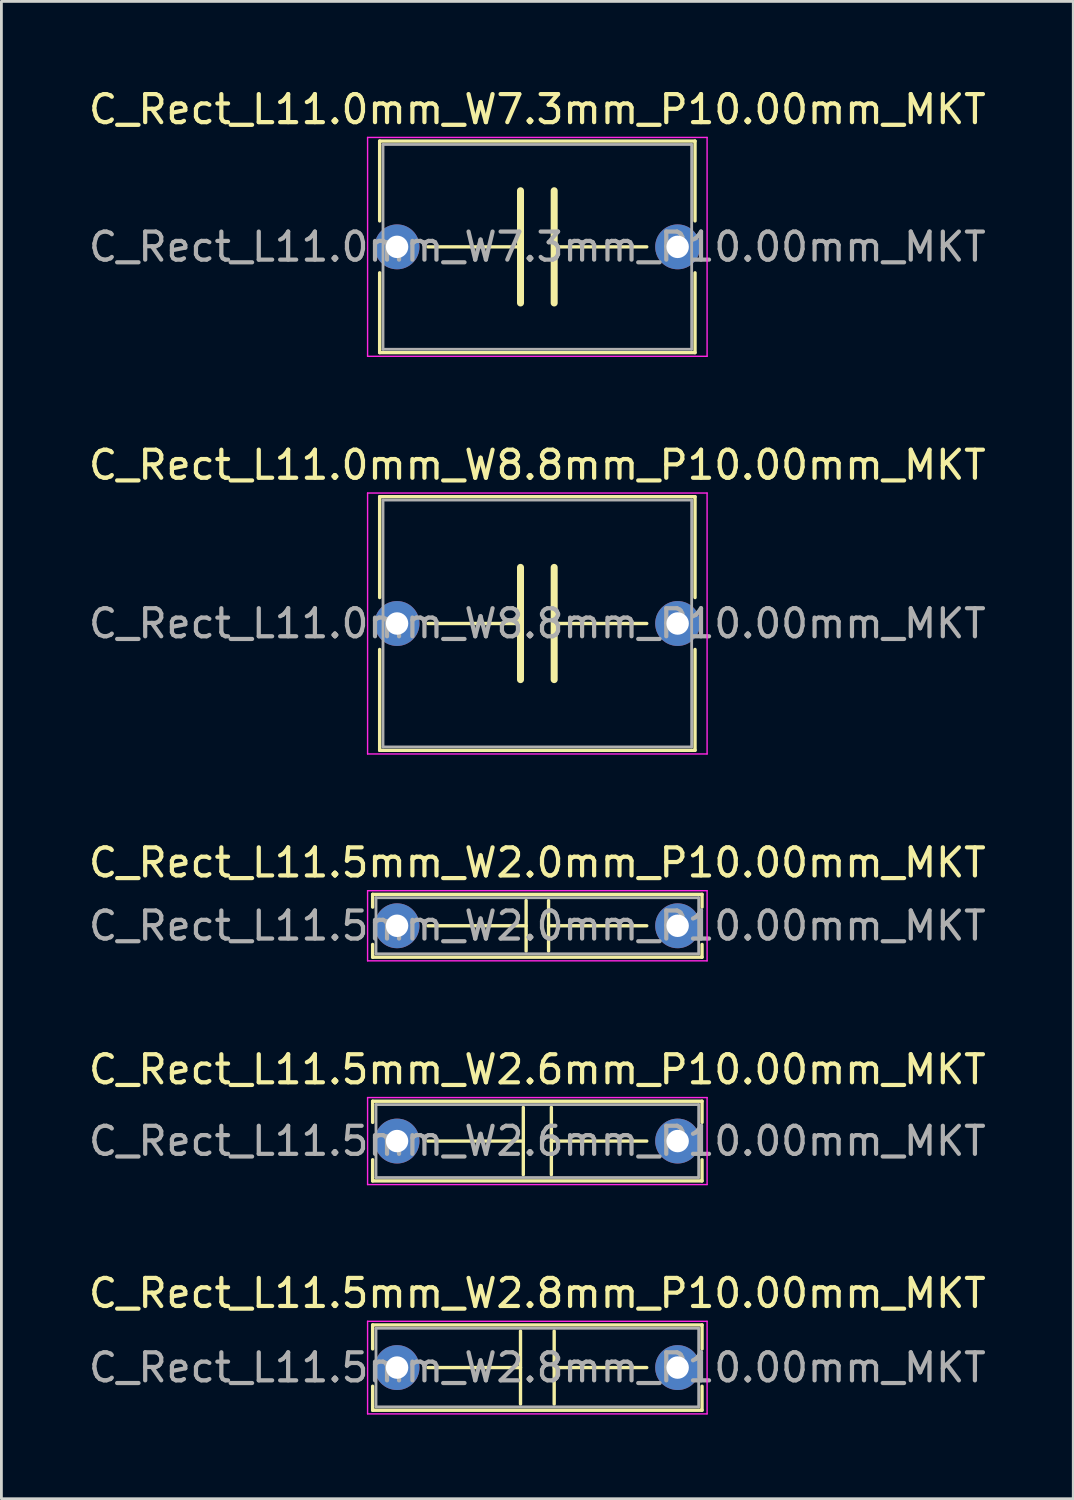
<source format=kicad_pcb>
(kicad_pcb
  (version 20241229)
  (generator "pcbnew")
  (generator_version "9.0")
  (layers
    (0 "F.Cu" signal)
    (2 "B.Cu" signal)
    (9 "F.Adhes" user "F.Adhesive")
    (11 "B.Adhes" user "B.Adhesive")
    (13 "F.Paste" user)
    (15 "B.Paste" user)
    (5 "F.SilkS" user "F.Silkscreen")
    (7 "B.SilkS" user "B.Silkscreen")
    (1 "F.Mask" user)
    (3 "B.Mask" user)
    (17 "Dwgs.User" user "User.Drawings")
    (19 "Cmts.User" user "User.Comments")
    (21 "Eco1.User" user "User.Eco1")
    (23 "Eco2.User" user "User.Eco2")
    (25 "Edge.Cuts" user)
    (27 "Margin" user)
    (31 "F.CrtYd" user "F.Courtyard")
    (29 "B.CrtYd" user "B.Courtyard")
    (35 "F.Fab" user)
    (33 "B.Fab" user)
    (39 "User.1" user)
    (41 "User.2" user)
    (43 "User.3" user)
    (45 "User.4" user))
  (footprint "C_Rect_L11.0mm_W7.3mm_P10.00mm_MKT"
    (layer "F.Cu")
    (at 11.101 5.748)
    (property "Reference" "C_Rect_L11.0mm_W7.3mm_P10.00mm_MKT" (at 5 -4.9 0) (layer "F.SilkS") (effects (font (size 1 1) (thickness 0.15))))
    (attr through_hole)
    (fp_line (start -0.62 -3.77) (end -0.62 -0.925) (stroke (width 0.12) (type solid)) (layer "F.SilkS"))
    (fp_line (start -0.62 -3.77) (end 10.62 -3.77) (stroke (width 0.12) (type solid)) (layer "F.SilkS"))
    (fp_line (start -0.62 0.925) (end -0.62 3.77) (stroke (width 0.12) (type solid)) (layer "F.SilkS"))
    (fp_line (start -0.62 3.77) (end 10.62 3.77) (stroke (width 0.12) (type solid)) (layer "F.SilkS"))
    (fp_line (start 1.1 0) (end 4.4 0) (stroke (width 0.12) (type solid)) (layer "F.SilkS"))
    (fp_line (start 4.4 2) (end 4.4 -2) (stroke (width 0.25) (type solid)) (layer "F.SilkS"))
    (fp_line (start 5.6 2) (end 5.6 -2) (stroke (width 0.25) (type solid)) (layer "F.SilkS"))
    (fp_line (start 8.9 0) (end 5.6 0) (stroke (width 0.12) (type solid)) (layer "F.SilkS"))
    (fp_line (start 10.62 -3.77) (end 10.62 -0.925) (stroke (width 0.12) (type solid)) (layer "F.SilkS"))
    (fp_line (start 10.62 0.925) (end 10.62 3.77) (stroke (width 0.12) (type solid)) (layer "F.SilkS"))
    (fp_line (start -1.05 -3.9) (end -1.05 3.9) (stroke (width 0.05) (type solid)) (layer "F.CrtYd"))
    (fp_line (start -1.05 3.9) (end 11.05 3.9) (stroke (width 0.05) (type solid)) (layer "F.CrtYd"))
    (fp_line (start 11.05 -3.9) (end -1.05 -3.9) (stroke (width 0.05) (type solid)) (layer "F.CrtYd"))
    (fp_line (start 11.05 3.9) (end 11.05 -3.9) (stroke (width 0.05) (type solid)) (layer "F.CrtYd"))
    (fp_line (start -0.5 -3.65) (end -0.5 3.65) (stroke (width 0.1) (type solid)) (layer "F.Fab"))
    (fp_line (start -0.5 3.65) (end 10.5 3.65) (stroke (width 0.1) (type solid)) (layer "F.Fab"))
    (fp_line (start 10.5 -3.65) (end -0.5 -3.65) (stroke (width 0.1) (type solid)) (layer "F.Fab"))
    (fp_line (start 10.5 3.65) (end 10.5 -3.65) (stroke (width 0.1) (type solid)) (layer "F.Fab"))
    (fp_text user "${REFERENCE}" (at 5 0 0) (layer "F.Fab") (effects (font (size 1 1) (thickness 0.15))))
    (pad "1" thru_hole circle (at 0 0) (size 1.6 1.6) (drill 0.8) (layers "*.Cu" "*.Mask"))
    (pad "2" thru_hole circle (at 10 0) (size 1.6 1.6) (drill 0.8) (layers "*.Cu" "*.Mask")))
  (footprint "C_Rect_L11.0mm_W8.8mm_P10.00mm_MKT"
    (layer "F.Cu")
    (at 11.101 19.172)
    (property "Reference" "C_Rect_L11.0mm_W8.8mm_P10.00mm_MKT" (at 5 -5.65 0) (layer "F.SilkS") (effects (font (size 1 1) (thickness 0.15))))
    (attr through_hole)
    (fp_line (start -0.62 -4.52) (end -0.62 -0.925) (stroke (width 0.12) (type solid)) (layer "F.SilkS"))
    (fp_line (start -0.62 -4.52) (end 10.62 -4.52) (stroke (width 0.12) (type solid)) (layer "F.SilkS"))
    (fp_line (start -0.62 0.925) (end -0.62 4.52) (stroke (width 0.12) (type solid)) (layer "F.SilkS"))
    (fp_line (start -0.62 4.52) (end 10.62 4.52) (stroke (width 0.12) (type solid)) (layer "F.SilkS"))
    (fp_line (start 1.1 0) (end 4.4 0) (stroke (width 0.12) (type solid)) (layer "F.SilkS"))
    (fp_line (start 4.4 2) (end 4.4 -2) (stroke (width 0.25) (type solid)) (layer "F.SilkS"))
    (fp_line (start 5.6 2) (end 5.6 -2) (stroke (width 0.25) (type solid)) (layer "F.SilkS"))
    (fp_line (start 8.9 0) (end 5.6 0) (stroke (width 0.12) (type solid)) (layer "F.SilkS"))
    (fp_line (start 10.62 -4.52) (end 10.62 -0.925) (stroke (width 0.12) (type solid)) (layer "F.SilkS"))
    (fp_line (start 10.62 0.925) (end 10.62 4.52) (stroke (width 0.12) (type solid)) (layer "F.SilkS"))
    (fp_line (start -1.05 -4.65) (end -1.05 4.65) (stroke (width 0.05) (type solid)) (layer "F.CrtYd"))
    (fp_line (start -1.05 4.65) (end 11.05 4.65) (stroke (width 0.05) (type solid)) (layer "F.CrtYd"))
    (fp_line (start 11.05 -4.65) (end -1.05 -4.65) (stroke (width 0.05) (type solid)) (layer "F.CrtYd"))
    (fp_line (start 11.05 4.65) (end 11.05 -4.65) (stroke (width 0.05) (type solid)) (layer "F.CrtYd"))
    (fp_line (start -0.5 -4.4) (end -0.5 4.4) (stroke (width 0.1) (type solid)) (layer "F.Fab"))
    (fp_line (start -0.5 4.4) (end 10.5 4.4) (stroke (width 0.1) (type solid)) (layer "F.Fab"))
    (fp_line (start 10.5 -4.4) (end -0.5 -4.4) (stroke (width 0.1) (type solid)) (layer "F.Fab"))
    (fp_line (start 10.5 4.4) (end 10.5 -4.4) (stroke (width 0.1) (type solid)) (layer "F.Fab"))
    (fp_text user "${REFERENCE}" (at 5 0 0) (layer "F.Fab") (effects (font (size 1 1) (thickness 0.15))))
    (pad "1" thru_hole circle (at 0 0) (size 1.6 1.6) (drill 0.8) (layers "*.Cu" "*.Mask"))
    (pad "2" thru_hole circle (at 10 0) (size 1.6 1.6) (drill 0.8) (layers "*.Cu" "*.Mask")))
  (footprint "C_Rect_L11.5mm_W2.8mm_P10.00mm_MKT"
    (layer "F.Cu")
    (at 11.101 45.691)
    (property "Reference" "C_Rect_L11.5mm_W2.8mm_P10.00mm_MKT" (at 5 -2.65 0) (layer "F.SilkS") (effects (font (size 1 1) (thickness 0.15))))
    (attr through_hole)
    (fp_line (start -0.87 -1.52) (end -0.87 -0.665) (stroke (width 0.12) (type solid)) (layer "F.SilkS"))
    (fp_line (start -0.87 -1.52) (end 10.87 -1.52) (stroke (width 0.12) (type solid)) (layer "F.SilkS"))
    (fp_line (start -0.87 0.665) (end -0.87 1.52) (stroke (width 0.12) (type solid)) (layer "F.SilkS"))
    (fp_line (start -0.87 1.52) (end 10.87 1.52) (stroke (width 0.12) (type solid)) (layer "F.SilkS"))
    (fp_line (start 1.1 0) (end 4.4 0) (stroke (width 0.12) (type solid)) (layer "F.SilkS"))
    (fp_line (start 4.4 1.3) (end 4.4 -1.3) (stroke (width 0.12) (type solid)) (layer "F.SilkS"))
    (fp_line (start 5.6 1.3) (end 5.6 -1.3) (stroke (width 0.12) (type solid)) (layer "F.SilkS"))
    (fp_line (start 8.9 0) (end 5.6 0) (stroke (width 0.12) (type solid)) (layer "F.SilkS"))
    (fp_line (start 10.87 -1.52) (end 10.87 -0.665) (stroke (width 0.12) (type solid)) (layer "F.SilkS"))
    (fp_line (start 10.87 0.665) (end 10.87 1.52) (stroke (width 0.12) (type solid)) (layer "F.SilkS"))
    (fp_line (start -1.05 -1.65) (end -1.05 1.65) (stroke (width 0.05) (type solid)) (layer "F.CrtYd"))
    (fp_line (start -1.05 1.65) (end 11.05 1.65) (stroke (width 0.05) (type solid)) (layer "F.CrtYd"))
    (fp_line (start 11.05 -1.65) (end -1.05 -1.65) (stroke (width 0.05) (type solid)) (layer "F.CrtYd"))
    (fp_line (start 11.05 1.65) (end 11.05 -1.65) (stroke (width 0.05) (type solid)) (layer "F.CrtYd"))
    (fp_line (start -0.75 -1.4) (end -0.75 1.4) (stroke (width 0.1) (type solid)) (layer "F.Fab"))
    (fp_line (start -0.75 1.4) (end 10.75 1.4) (stroke (width 0.1) (type solid)) (layer "F.Fab"))
    (fp_line (start 10.75 -1.4) (end -0.75 -1.4) (stroke (width 0.1) (type solid)) (layer "F.Fab"))
    (fp_line (start 10.75 1.4) (end 10.75 -1.4) (stroke (width 0.1) (type solid)) (layer "F.Fab"))
    (fp_text user "${REFERENCE}" (at 5 0 0) (layer "F.Fab") (effects (font (size 1 1) (thickness 0.15))))
    (pad "1" thru_hole circle (at 0 0) (size 1.6 1.6) (drill 0.8) (layers "*.Cu" "*.Mask"))
    (pad "2" thru_hole circle (at 10 0) (size 1.6 1.6) (drill 0.8) (layers "*.Cu" "*.Mask")))
  (footprint "C_Rect_L11.5mm_W2.6mm_P10.00mm_MKT"
    (layer "F.Cu")
    (at 11.101 37.618)
    (property "Reference" "C_Rect_L11.5mm_W2.6mm_P10.00mm_MKT" (at 5 -2.55 0) (layer "F.SilkS") (effects (font (size 1 1) (thickness 0.15))))
    (fp_line (start -0.87 -1.42) (end -0.87 -0.665) (stroke (width 0.12) (type solid)) (layer "F.SilkS"))
    (fp_line (start -0.87 -1.42) (end 10.87 -1.42) (stroke (width 0.12) (type solid)) (layer "F.SilkS"))
    (fp_line (start -0.87 0.665) (end -0.87 1.42) (stroke (width 0.12) (type solid)) (layer "F.SilkS"))
    (fp_line (start -0.87 1.42) (end 10.87 1.42) (stroke (width 0.12) (type solid)) (layer "F.SilkS"))
    (fp_line (start 1.1 0) (end 4.5 0) (stroke (width 0.12) (type solid)) (layer "F.SilkS"))
    (fp_line (start 4.5 1.2) (end 4.5 -1.2) (stroke (width 0.12) (type solid)) (layer "F.SilkS"))
    (fp_line (start 5.5 1.2) (end 5.5 -1.2) (stroke (width 0.12) (type solid)) (layer "F.SilkS"))
    (fp_line (start 8.9 0) (end 5.5 0) (stroke (width 0.12) (type solid)) (layer "F.SilkS"))
    (fp_line (start 10.87 -1.42) (end 10.87 -0.665) (stroke (width 0.12) (type solid)) (layer "F.SilkS"))
    (fp_line (start 10.87 0.665) (end 10.87 1.42) (stroke (width 0.12) (type solid)) (layer "F.SilkS"))
    (fp_line (start -1.05 -1.55) (end -1.05 1.55) (stroke (width 0.05) (type solid)) (layer "F.CrtYd"))
    (fp_line (start -1.05 1.55) (end 11.05 1.55) (stroke (width 0.05) (type solid)) (layer "F.CrtYd"))
    (fp_line (start 11.05 -1.55) (end -1.05 -1.55) (stroke (width 0.05) (type solid)) (layer "F.CrtYd"))
    (fp_line (start 11.05 1.55) (end 11.05 -1.55) (stroke (width 0.05) (type solid)) (layer "F.CrtYd"))
    (fp_line (start -0.75 -1.3) (end -0.75 1.3) (stroke (width 0.1) (type solid)) (layer "F.Fab"))
    (fp_line (start -0.75 1.3) (end 10.75 1.3) (stroke (width 0.1) (type solid)) (layer "F.Fab"))
    (fp_line (start 10.75 -1.3) (end -0.75 -1.3) (stroke (width 0.1) (type solid)) (layer "F.Fab"))
    (fp_line (start 10.75 1.3) (end 10.75 -1.3) (stroke (width 0.1) (type solid)) (layer "F.Fab"))
    (fp_text user "${REFERENCE}" (at 5 0 0) (layer "F.Fab") (effects (font (size 1 1) (thickness 0.15))))
    (pad "1" thru_hole circle (at 0 0) (size 1.6 1.6) (drill 0.8) (layers "*.Cu" "*.Mask"))
    (pad "2" thru_hole circle (at 10 0) (size 1.6 1.6) (drill 0.8) (layers "*.Cu" "*.Mask")))
  (footprint "C_Rect_L11.5mm_W2.0mm_P10.00mm_MKT"
    (layer "F.Cu")
    (at 11.101 29.945)
    (property "Reference" "C_Rect_L11.5mm_W2.0mm_P10.00mm_MKT" (at 5 -2.25 0) (layer "F.SilkS") (effects (font (size 1 1) (thickness 0.15))))
    (attr through_hole)
    (fp_line (start -0.87 -1.12) (end -0.87 -0.665) (stroke (width 0.12) (type solid)) (layer "F.SilkS"))
    (fp_line (start -0.87 -1.12) (end 10.87 -1.12) (stroke (width 0.12) (type solid)) (layer "F.SilkS"))
    (fp_line (start -0.87 0.665) (end -0.87 1.12) (stroke (width 0.12) (type solid)) (layer "F.SilkS"))
    (fp_line (start -0.87 1.12) (end 10.87 1.12) (stroke (width 0.12) (type solid)) (layer "F.SilkS"))
    (fp_line (start 1.1 0) (end 4.6 0) (stroke (width 0.12) (type solid)) (layer "F.SilkS"))
    (fp_line (start 4.6 0.9) (end 4.6 -0.9) (stroke (width 0.12) (type solid)) (layer "F.SilkS"))
    (fp_line (start 5.4 0.9) (end 5.4 -0.9) (stroke (width 0.12) (type solid)) (layer "F.SilkS"))
    (fp_line (start 8.9 0) (end 5.4 0) (stroke (width 0.12) (type solid)) (layer "F.SilkS"))
    (fp_line (start 10.87 -1.12) (end 10.87 -0.665) (stroke (width 0.12) (type solid)) (layer "F.SilkS"))
    (fp_line (start 10.87 0.665) (end 10.87 1.12) (stroke (width 0.12) (type solid)) (layer "F.SilkS"))
    (fp_line (start -1.05 -1.25) (end -1.05 1.25) (stroke (width 0.05) (type solid)) (layer "F.CrtYd"))
    (fp_line (start -1.05 1.25) (end 11.05 1.25) (stroke (width 0.05) (type solid)) (layer "F.CrtYd"))
    (fp_line (start 11.05 -1.25) (end -1.05 -1.25) (stroke (width 0.05) (type solid)) (layer "F.CrtYd"))
    (fp_line (start 11.05 1.25) (end 11.05 -1.25) (stroke (width 0.05) (type solid)) (layer "F.CrtYd"))
    (fp_line (start -0.75 -1) (end -0.75 1) (stroke (width 0.1) (type solid)) (layer "F.Fab"))
    (fp_line (start -0.75 1) (end 10.75 1) (stroke (width 0.1) (type solid)) (layer "F.Fab"))
    (fp_line (start 10.75 -1) (end -0.75 -1) (stroke (width 0.1) (type solid)) (layer "F.Fab"))
    (fp_line (start 10.75 1) (end 10.75 -1) (stroke (width 0.1) (type solid)) (layer "F.Fab"))
    (fp_text user "${REFERENCE}" (at 5 0 0) (layer "F.Fab") (effects (font (size 1 1) (thickness 0.15))))
    (pad "1" thru_hole circle (at 0 0) (size 1.6 1.6) (drill 0.8) (layers "*.Cu" "*.Mask"))
    (pad "2" thru_hole circle (at 10 0) (size 1.6 1.6) (drill 0.8) (layers "*.Cu" "*.Mask")))
  (gr_rect
    (start -3 -3)
    (end 35.202 50.366)
    (stroke (width 0.1) (type default))
    (fill no)
    (layer "Edge.Cuts")))
</source>
